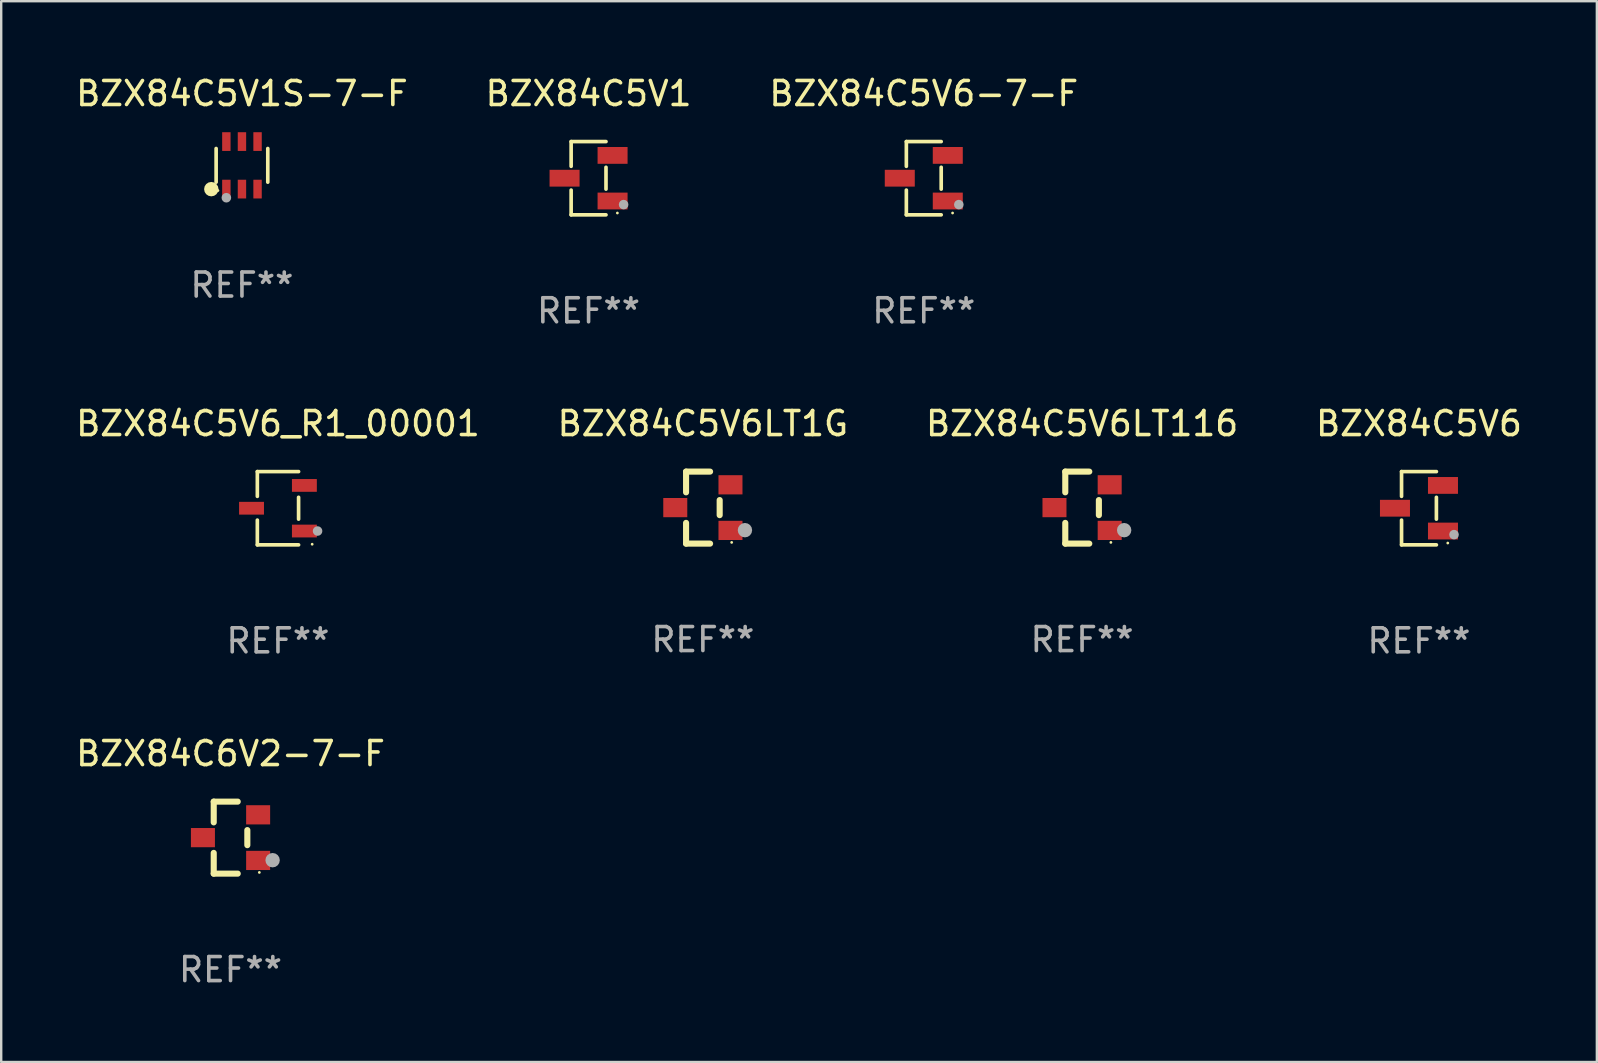
<source format=kicad_pcb>
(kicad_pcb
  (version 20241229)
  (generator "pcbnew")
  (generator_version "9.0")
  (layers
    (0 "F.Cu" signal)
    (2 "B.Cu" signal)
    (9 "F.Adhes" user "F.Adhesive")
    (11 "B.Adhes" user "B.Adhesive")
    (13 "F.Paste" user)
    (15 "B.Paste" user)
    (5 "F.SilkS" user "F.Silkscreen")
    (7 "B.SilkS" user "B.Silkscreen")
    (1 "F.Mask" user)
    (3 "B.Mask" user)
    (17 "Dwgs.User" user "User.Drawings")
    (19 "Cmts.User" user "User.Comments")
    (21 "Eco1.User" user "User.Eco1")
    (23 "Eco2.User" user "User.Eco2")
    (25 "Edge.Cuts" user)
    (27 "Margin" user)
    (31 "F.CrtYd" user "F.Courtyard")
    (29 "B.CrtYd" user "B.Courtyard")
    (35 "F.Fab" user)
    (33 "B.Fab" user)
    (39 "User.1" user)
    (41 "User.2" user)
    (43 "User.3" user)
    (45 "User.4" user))
  (footprint "BZX84C5V6LT1G"
    (layer "F.Cu")
    (at 26.232 18.097)
    (property "Reference" "BZX84C5V6LT1G" (at 0 -3.5 0) (layer "F.SilkS") (effects (font (size 1 1) (thickness 0.15))))
    (attr through_hole)
    (fp_line (start -0.7 -1.5) (end 0.3 -1.5) (stroke (width 0.254) (type solid)) (layer "F.SilkS"))
    (fp_line (start -0.7 -0.636) (end -0.7 -1.5) (stroke (width 0.254) (type solid)) (layer "F.SilkS"))
    (fp_line (start -0.7 1.5) (end -0.7 0.636) (stroke (width 0.254) (type solid)) (layer "F.SilkS"))
    (fp_line (start -0.7 1.5) (end 0.3 1.5) (stroke (width 0.254) (type solid)) (layer "F.SilkS"))
    (fp_line (start 0.7 0.314) (end 0.7 -0.314) (stroke (width 0.254) (type solid)) (layer "F.SilkS"))
    (fp_circle (center 1.2 1.45) (end 1.23 1.45) (stroke (width 0.06) (type solid)) (fill no) (layer "F.SilkS"))
    (fp_circle (center 1.753 0.94) (end 1.903 0.94) (stroke (width 0.3) (type solid)) (fill no) (layer "F.Fab"))
    (fp_text user "REF**" (at 0 5.5 0) (layer "F.Fab") (effects (font (size 1 1) (thickness 0.15))))
    (pad "1" smd rect (at 1.15 0.95 180) (size 1 0.8) (layers "F.Cu" "F.Mask" "F.Paste"))
    (pad "2" smd rect (at 1.15 -0.95 180) (size 1 0.8) (layers "F.Cu" "F.Mask" "F.Paste"))
    (pad "3" smd rect (at -1.15 -0.000051 180) (size 1 0.8) (layers "F.Cu" "F.Mask" "F.Paste")))
  (footprint "BZX84C5V1"
    (layer "F.Cu")
    (at 21.47 4.374)
    (property "Reference" "BZX84C5V1" (at 0 -3.526 0) (layer "F.SilkS") (effects (font (size 1 1) (thickness 0.15))))
    (attr through_hole)
    (fp_line (start -0.726 -1.526) (end -0.726 -0.495) (stroke (width 0.152) (type solid)) (layer "F.SilkS"))
    (fp_line (start -0.726 1.526) (end -0.726 0.495) (stroke (width 0.152) (type solid)) (layer "F.SilkS"))
    (fp_line (start 0.726 -1.526) (end -0.726 -1.526) (stroke (width 0.152) (type solid)) (layer "F.SilkS"))
    (fp_line (start 0.726 -0.455) (end 0.726 0.455) (stroke (width 0.152) (type solid)) (layer "F.SilkS"))
    (fp_line (start 0.726 1.526) (end -0.726 1.526) (stroke (width 0.152) (type solid)) (layer "F.SilkS"))
    (fp_circle (center 1.2 1.45) (end 1.23 1.45) (stroke (width 0.06) (type solid)) (fill no) (layer "F.SilkS"))
    (fp_circle (center 1.46 1.1) (end 1.56 1.1) (stroke (width 0.2) (type solid)) (fill no) (layer "F.Fab"))
    (fp_text user "REF**" (at 0 5.526 0) (layer "F.Fab") (effects (font (size 1 1) (thickness 0.15))))
    (pad "1" smd rect (at 1 0.95) (size 1.25 0.7) (layers "F.Cu" "F.Mask" "F.Paste"))
    (pad "2" smd rect (at 1 -0.95) (size 1.25 0.7) (layers "F.Cu" "F.Mask" "F.Paste"))
    (pad "3" smd rect (at -1 0) (size 1.25 0.7) (layers "F.Cu" "F.Mask" "F.Paste")))
  (footprint "BZX84C5V6_R1_00001"
    (layer "F.Cu")
    (at 8.53 18.123)
    (property "Reference" "BZX84C5V6_R1_00001" (at 0 -3.526 0) (layer "F.SilkS") (effects (font (size 1 1) (thickness 0.15))))
    (attr through_hole)
    (fp_line (start -0.859 -1.526) (end -0.859 -0.495) (stroke (width 0.152) (type solid)) (layer "F.SilkS"))
    (fp_line (start -0.859 1.526) (end -0.859 0.495) (stroke (width 0.152) (type solid)) (layer "F.SilkS"))
    (fp_line (start 0.859 -1.526) (end -0.859 -1.526) (stroke (width 0.152) (type solid)) (layer "F.SilkS"))
    (fp_line (start 0.859 -0.455) (end 0.859 0.455) (stroke (width 0.152) (type solid)) (layer "F.SilkS"))
    (fp_line (start 0.859 1.526) (end -0.859 1.526) (stroke (width 0.152) (type solid)) (layer "F.SilkS"))
    (fp_circle (center 1.425 1.5) (end 1.455 1.5) (stroke (width 0.06) (type solid)) (fill no) (layer "F.SilkS"))
    (fp_circle (center 1.65 0.95) (end 1.75 0.95) (stroke (width 0.2) (type solid)) (fill no) (layer "F.Fab"))
    (fp_text user "REF**" (at 0 5.526 0) (layer "F.Fab") (effects (font (size 1 1) (thickness 0.15))))
    (pad "1" smd rect (at 1.101 0.95) (size 1.037 0.532) (layers "F.Cu" "F.Mask" "F.Paste"))
    (pad "2" smd rect (at 1.101 -0.95) (size 1.037 0.532) (layers "F.Cu" "F.Mask" "F.Paste"))
    (pad "3" smd rect (at -1.101 0) (size 1.037 0.532) (layers "F.Cu" "F.Mask" "F.Paste")))
  (footprint "BZX84C5V6-7-F"
    (layer "F.Cu")
    (at 35.435 4.374)
    (property "Reference" "BZX84C5V6-7-F" (at 0 -3.526 0) (layer "F.SilkS") (effects (font (size 1 1) (thickness 0.15))))
    (attr through_hole)
    (fp_line (start -0.726 -1.526) (end -0.726 -0.495) (stroke (width 0.152) (type solid)) (layer "F.SilkS"))
    (fp_line (start -0.726 1.526) (end -0.726 0.495) (stroke (width 0.152) (type solid)) (layer "F.SilkS"))
    (fp_line (start 0.726 -1.526) (end -0.726 -1.526) (stroke (width 0.152) (type solid)) (layer "F.SilkS"))
    (fp_line (start 0.726 -0.455) (end 0.726 0.455) (stroke (width 0.152) (type solid)) (layer "F.SilkS"))
    (fp_line (start 0.726 1.526) (end -0.726 1.526) (stroke (width 0.152) (type solid)) (layer "F.SilkS"))
    (fp_circle (center 1.2 1.45) (end 1.23 1.45) (stroke (width 0.06) (type solid)) (fill no) (layer "F.SilkS"))
    (fp_circle (center 1.46 1.1) (end 1.56 1.1) (stroke (width 0.2) (type solid)) (fill no) (layer "F.Fab"))
    (fp_text user "REF**" (at 0 5.526 0) (layer "F.Fab") (effects (font (size 1 1) (thickness 0.15))))
    (pad "1" smd rect (at 1 0.95) (size 1.25 0.7) (layers "F.Cu" "F.Mask" "F.Paste"))
    (pad "2" smd rect (at 1 -0.95) (size 1.25 0.7) (layers "F.Cu" "F.Mask" "F.Paste"))
    (pad "3" smd rect (at -1 0) (size 1.25 0.7) (layers "F.Cu" "F.Mask" "F.Paste")))
  (footprint "BZX84C5V6LT116"
    (layer "F.Cu")
    (at 42.03 18.097)
    (property "Reference" "BZX84C5V6LT116" (at 0 -3.5 0) (layer "F.SilkS") (effects (font (size 1 1) (thickness 0.15))))
    (attr through_hole)
    (fp_line (start -0.7 -1.5) (end 0.3 -1.5) (stroke (width 0.254) (type solid)) (layer "F.SilkS"))
    (fp_line (start -0.7 -0.636) (end -0.7 -1.5) (stroke (width 0.254) (type solid)) (layer "F.SilkS"))
    (fp_line (start -0.7 1.5) (end -0.7 0.636) (stroke (width 0.254) (type solid)) (layer "F.SilkS"))
    (fp_line (start -0.7 1.5) (end 0.3 1.5) (stroke (width 0.254) (type solid)) (layer "F.SilkS"))
    (fp_line (start 0.7 0.314) (end 0.7 -0.314) (stroke (width 0.254) (type solid)) (layer "F.SilkS"))
    (fp_circle (center 1.2 1.45) (end 1.23 1.45) (stroke (width 0.06) (type solid)) (fill no) (layer "F.SilkS"))
    (fp_circle (center 1.753 0.94) (end 1.903 0.94) (stroke (width 0.3) (type solid)) (fill no) (layer "F.Fab"))
    (fp_text user "REF**" (at 0 5.5 0) (layer "F.Fab") (effects (font (size 1 1) (thickness 0.15))))
    (pad "1" smd rect (at 1.15 0.95 180) (size 1 0.8) (layers "F.Cu" "F.Mask" "F.Paste"))
    (pad "2" smd rect (at 1.15 -0.95 180) (size 1 0.8) (layers "F.Cu" "F.Mask" "F.Paste"))
    (pad "3" smd rect (at -1.15 -0.000051 180) (size 1 0.8) (layers "F.Cu" "F.Mask" "F.Paste")))
  (footprint "BZX84C5V1S-7-F"
    (layer "F.Cu")
    (at 7.03 3.838)
    (property "Reference" "BZX84C5V1S-7-F" (at 0 -2.99 0) (layer "F.SilkS") (effects (font (size 1 1) (thickness 0.15))))
    (attr through_hole)
    (fp_line (start -1.076 0.701) (end -1.076 -0.701) (stroke (width 0.152) (type solid)) (layer "F.SilkS"))
    (fp_line (start 1.076 0.701) (end 1.076 -0.701) (stroke (width 0.152) (type solid)) (layer "F.SilkS"))
    (fp_circle (center -1.277 0.992) (end -1.127 0.992) (stroke (width 0.3) (type solid)) (fill no) (layer "F.SilkS"))
    (fp_circle (center -1 1.05) (end -0.97 1.05) (stroke (width 0.06) (type solid)) (fill no) (layer "F.SilkS"))
    (fp_circle (center -0.65 1.35) (end -0.55 1.35) (stroke (width 0.2) (type solid)) (fill no) (layer "F.Fab"))
    (fp_text user "REF**" (at 0 4.99 0) (layer "F.Fab") (effects (font (size 1 1) (thickness 0.15))))
    (pad "1" smd rect (at -0.65 0.99) (size 0.35 0.78) (layers "F.Cu" "F.Mask" "F.Paste"))
    (pad "2" smd rect (at 0 0.99) (size 0.35 0.78) (layers "F.Cu" "F.Mask" "F.Paste"))
    (pad "3" smd rect (at 0.65 0.99) (size 0.35 0.78) (layers "F.Cu" "F.Mask" "F.Paste"))
    (pad "4" smd rect (at 0.65 -0.99) (size 0.35 0.78) (layers "F.Cu" "F.Mask" "F.Paste"))
    (pad "5" smd rect (at 0 -0.99) (size 0.35 0.78) (layers "F.Cu" "F.Mask" "F.Paste"))
    (pad "6" smd rect (at -0.65 -0.99) (size 0.35 0.78) (layers "F.Cu" "F.Mask" "F.Paste")))
  (footprint "BZX84C5V6"
    (layer "F.Cu")
    (at 56.065 18.123)
    (property "Reference" "BZX84C5V6" (at 0 -3.526 0) (layer "F.SilkS") (effects (font (size 1 1) (thickness 0.15))))
    (attr through_hole)
    (fp_line (start -0.726 -1.526) (end -0.726 -0.495) (stroke (width 0.152) (type solid)) (layer "F.SilkS"))
    (fp_line (start -0.726 1.526) (end -0.726 0.495) (stroke (width 0.152) (type solid)) (layer "F.SilkS"))
    (fp_line (start 0.726 -1.526) (end -0.726 -1.526) (stroke (width 0.152) (type solid)) (layer "F.SilkS"))
    (fp_line (start 0.726 -0.455) (end 0.726 0.455) (stroke (width 0.152) (type solid)) (layer "F.SilkS"))
    (fp_line (start 0.726 1.526) (end -0.726 1.526) (stroke (width 0.152) (type solid)) (layer "F.SilkS"))
    (fp_circle (center 1.2 1.45) (end 1.23 1.45) (stroke (width 0.06) (type solid)) (fill no) (layer "F.SilkS"))
    (fp_circle (center 1.46 1.1) (end 1.56 1.1) (stroke (width 0.2) (type solid)) (fill no) (layer "F.Fab"))
    (fp_text user "REF**" (at 0 5.526 0) (layer "F.Fab") (effects (font (size 1 1) (thickness 0.15))))
    (pad "1" smd rect (at 1 0.95) (size 1.25 0.7) (layers "F.Cu" "F.Mask" "F.Paste"))
    (pad "2" smd rect (at 1 -0.95) (size 1.25 0.7) (layers "F.Cu" "F.Mask" "F.Paste"))
    (pad "3" smd rect (at -1 0) (size 1.25 0.7) (layers "F.Cu" "F.Mask" "F.Paste")))
  (footprint "BZX84C6V2-7-F"
    (layer "F.Cu")
    (at 6.554 31.846)
    (property "Reference" "BZX84C6V2-7-F" (at 0 -3.5 0) (layer "F.SilkS") (effects (font (size 1 1) (thickness 0.15))))
    (attr through_hole)
    (fp_line (start -0.7 -1.5) (end 0.3 -1.5) (stroke (width 0.254) (type solid)) (layer "F.SilkS"))
    (fp_line (start -0.7 -0.636) (end -0.7 -1.5) (stroke (width 0.254) (type solid)) (layer "F.SilkS"))
    (fp_line (start -0.7 1.5) (end -0.7 0.636) (stroke (width 0.254) (type solid)) (layer "F.SilkS"))
    (fp_line (start -0.7 1.5) (end 0.3 1.5) (stroke (width 0.254) (type solid)) (layer "F.SilkS"))
    (fp_line (start 0.7 0.314) (end 0.7 -0.314) (stroke (width 0.254) (type solid)) (layer "F.SilkS"))
    (fp_circle (center 1.2 1.45) (end 1.23 1.45) (stroke (width 0.06) (type solid)) (fill no) (layer "F.SilkS"))
    (fp_circle (center 1.753 0.94) (end 1.903 0.94) (stroke (width 0.3) (type solid)) (fill no) (layer "F.Fab"))
    (fp_text user "REF**" (at 0 5.5 0) (layer "F.Fab") (effects (font (size 1 1) (thickness 0.15))))
    (pad "1" smd rect (at 1.15 0.95 180) (size 1 0.8) (layers "F.Cu" "F.Mask" "F.Paste"))
    (pad "2" smd rect (at 1.15 -0.95 180) (size 1 0.8) (layers "F.Cu" "F.Mask" "F.Paste"))
    (pad "3" smd rect (at -1.15 -0.000051 180) (size 1 0.8) (layers "F.Cu" "F.Mask" "F.Paste")))
  (gr_rect
    (start -3 -3)
    (end 63.476 41.194)
    (stroke (width 0.1) (type default))
    (fill no)
    (layer "Edge.Cuts")))
</source>
